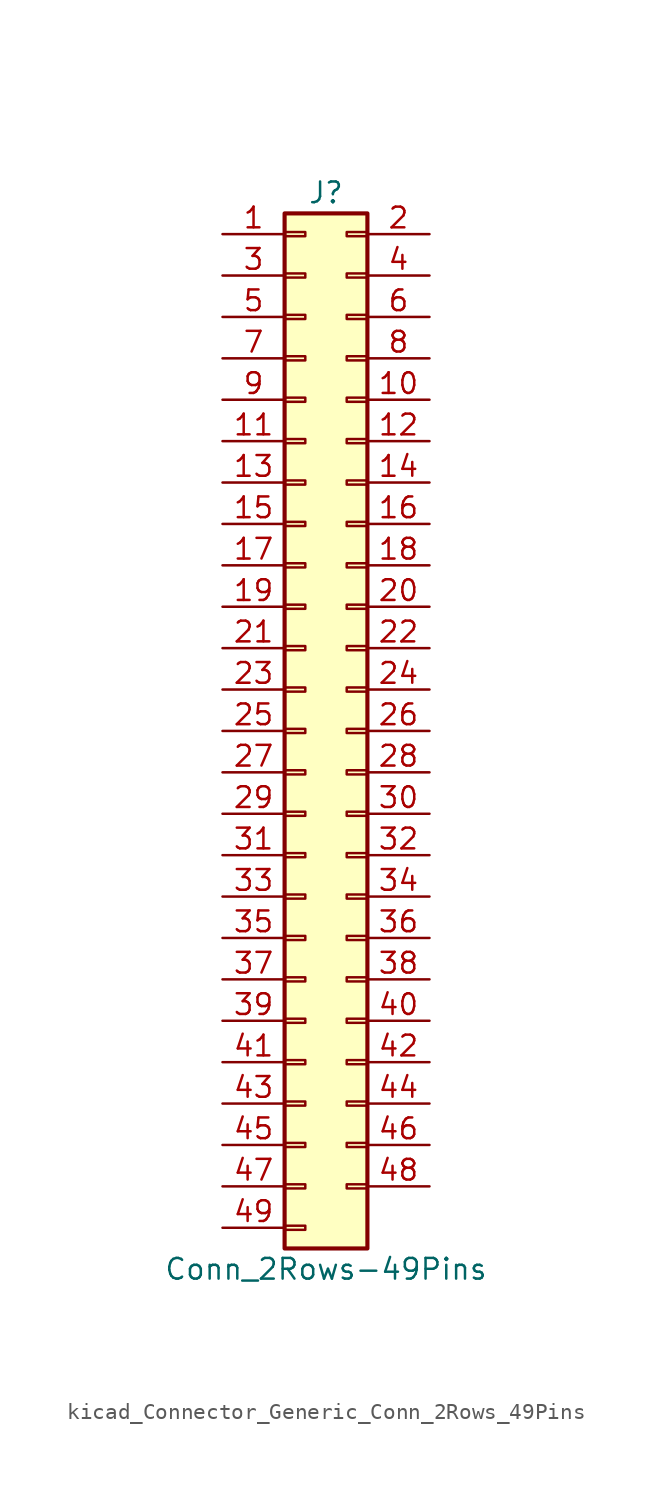
<source format=kicad_sym>
(kicad_symbol_lib
  (version 20220914)
  (generator kicad_symbol_editor)
  (symbol "kicad_Connector_Generic_Conn_2Rows_49Pins"
    (pin_names
      (offset 1.016) hide)
    (property "Reference" "J"
      (at 1.27 33.02 0)
      (effects (font (size 1.27 1.27))))
    (property "Value" "Conn_2Rows-49Pins"
      (at 1.27 -33.02 0)
      (effects (font (size 1.27 1.27))))
    (symbol "kicad_Connector_Generic_Conn_2Rows_49Pins_1_1"
      (rectangle (start -1.27 -30.353) (end 0 -30.607) (stroke (width 0.152) (type default)) (fill (type none)))
      (rectangle (start -1.27 -27.813) (end 0 -28.067) (stroke (width 0.152) (type default)) (fill (type none)))
      (rectangle (start -1.27 -25.273) (end 0 -25.527) (stroke (width 0.152) (type default)) (fill (type none)))
      (rectangle (start -1.27 -22.733) (end 0 -22.987) (stroke (width 0.152) (type default)) (fill (type none)))
      (rectangle (start -1.27 -20.193) (end 0 -20.447) (stroke (width 0.152) (type default)) (fill (type none)))
      (rectangle (start -1.27 -17.653) (end 0 -17.907) (stroke (width 0.152) (type default)) (fill (type none)))
      (rectangle (start -1.27 -15.113) (end 0 -15.367) (stroke (width 0.152) (type default)) (fill (type none)))
      (rectangle (start -1.27 -12.573) (end 0 -12.827) (stroke (width 0.152) (type default)) (fill (type none)))
      (rectangle (start -1.27 -10.033) (end 0 -10.287) (stroke (width 0.152) (type default)) (fill (type none)))
      (rectangle (start -1.27 -7.493) (end 0 -7.747) (stroke (width 0.152) (type default)) (fill (type none)))
      (rectangle (start -1.27 -4.953) (end 0 -5.207) (stroke (width 0.152) (type default)) (fill (type none)))
      (rectangle (start -1.27 -2.413) (end 0 -2.667) (stroke (width 0.152) (type default)) (fill (type none)))
      (rectangle (start -1.27 0.127) (end 0 -0.127) (stroke (width 0.152) (type default)) (fill (type none)))
      (rectangle (start -1.27 2.667) (end 0 2.413) (stroke (width 0.152) (type default)) (fill (type none)))
      (rectangle (start -1.27 5.207) (end 0 4.953) (stroke (width 0.152) (type default)) (fill (type none)))
      (rectangle (start -1.27 7.747) (end 0 7.493) (stroke (width 0.152) (type default)) (fill (type none)))
      (rectangle (start -1.27 10.287) (end 0 10.033) (stroke (width 0.152) (type default)) (fill (type none)))
      (rectangle (start -1.27 12.827) (end 0 12.573) (stroke (width 0.152) (type default)) (fill (type none)))
      (rectangle (start -1.27 15.367) (end 0 15.113) (stroke (width 0.152) (type default)) (fill (type none)))
      (rectangle (start -1.27 17.907) (end 0 17.653) (stroke (width 0.152) (type default)) (fill (type none)))
      (rectangle (start -1.27 20.447) (end 0 20.193) (stroke (width 0.152) (type default)) (fill (type none)))
      (rectangle (start -1.27 22.987) (end 0 22.733) (stroke (width 0.152) (type default)) (fill (type none)))
      (rectangle (start -1.27 25.527) (end 0 25.273) (stroke (width 0.152) (type default)) (fill (type none)))
      (rectangle (start -1.27 28.067) (end 0 27.813) (stroke (width 0.152) (type default)) (fill (type none)))
      (rectangle (start -1.27 30.607) (end 0 30.353) (stroke (width 0.152) (type default)) (fill (type none)))
      (rectangle (start -1.27 31.75) (end 3.81 -31.75) (stroke (width 0.254) (type default)) (fill (type background)))
      (rectangle (start 3.81 -27.813) (end 2.54 -28.067) (stroke (width 0.152) (type default)) (fill (type none)))
      (rectangle (start 3.81 -25.273) (end 2.54 -25.527) (stroke (width 0.152) (type default)) (fill (type none)))
      (rectangle (start 3.81 -22.733) (end 2.54 -22.987) (stroke (width 0.152) (type default)) (fill (type none)))
      (rectangle (start 3.81 -20.193) (end 2.54 -20.447) (stroke (width 0.152) (type default)) (fill (type none)))
      (rectangle (start 3.81 -17.653) (end 2.54 -17.907) (stroke (width 0.152) (type default)) (fill (type none)))
      (rectangle (start 3.81 -15.113) (end 2.54 -15.367) (stroke (width 0.152) (type default)) (fill (type none)))
      (rectangle (start 3.81 -12.573) (end 2.54 -12.827) (stroke (width 0.152) (type default)) (fill (type none)))
      (rectangle (start 3.81 -10.033) (end 2.54 -10.287) (stroke (width 0.152) (type default)) (fill (type none)))
      (rectangle (start 3.81 -7.493) (end 2.54 -7.747) (stroke (width 0.152) (type default)) (fill (type none)))
      (rectangle (start 3.81 -4.953) (end 2.54 -5.207) (stroke (width 0.152) (type default)) (fill (type none)))
      (rectangle (start 3.81 -2.413) (end 2.54 -2.667) (stroke (width 0.152) (type default)) (fill (type none)))
      (rectangle (start 3.81 0.127) (end 2.54 -0.127) (stroke (width 0.152) (type default)) (fill (type none)))
      (rectangle (start 3.81 2.667) (end 2.54 2.413) (stroke (width 0.152) (type default)) (fill (type none)))
      (rectangle (start 3.81 5.207) (end 2.54 4.953) (stroke (width 0.152) (type default)) (fill (type none)))
      (rectangle (start 3.81 7.747) (end 2.54 7.493) (stroke (width 0.152) (type default)) (fill (type none)))
      (rectangle (start 3.81 10.287) (end 2.54 10.033) (stroke (width 0.152) (type default)) (fill (type none)))
      (rectangle (start 3.81 12.827) (end 2.54 12.573) (stroke (width 0.152) (type default)) (fill (type none)))
      (rectangle (start 3.81 15.367) (end 2.54 15.113) (stroke (width 0.152) (type default)) (fill (type none)))
      (rectangle (start 3.81 17.907) (end 2.54 17.653) (stroke (width 0.152) (type default)) (fill (type none)))
      (rectangle (start 3.81 20.447) (end 2.54 20.193) (stroke (width 0.152) (type default)) (fill (type none)))
      (rectangle (start 3.81 22.987) (end 2.54 22.733) (stroke (width 0.152) (type default)) (fill (type none)))
      (rectangle (start 3.81 25.527) (end 2.54 25.273) (stroke (width 0.152) (type default)) (fill (type none)))
      (rectangle (start 3.81 28.067) (end 2.54 27.813) (stroke (width 0.152) (type default)) (fill (type none)))
      (rectangle (start 3.81 30.607) (end 2.54 30.353) (stroke (width 0.152) (type default)) (fill (type none)))
      (pin passive line (at -5.08 30.48 0) (length 3.81) (name "Pin_1" (effects (font (size 1.27 1.27)))) (number "1" (effects (font (size 1.27 1.27)))))
      (pin passive line (at 7.62 20.32 180) (length 3.81) (name "Pin_10" (effects (font (size 1.27 1.27)))) (number "10" (effects (font (size 1.27 1.27)))))
      (pin passive line (at -5.08 17.78 0) (length 3.81) (name "Pin_11" (effects (font (size 1.27 1.27)))) (number "11" (effects (font (size 1.27 1.27)))))
      (pin passive line (at 7.62 17.78 180) (length 3.81) (name "Pin_12" (effects (font (size 1.27 1.27)))) (number "12" (effects (font (size 1.27 1.27)))))
      (pin passive line (at -5.08 15.24 0) (length 3.81) (name "Pin_13" (effects (font (size 1.27 1.27)))) (number "13" (effects (font (size 1.27 1.27)))))
      (pin passive line (at 7.62 15.24 180) (length 3.81) (name "Pin_14" (effects (font (size 1.27 1.27)))) (number "14" (effects (font (size 1.27 1.27)))))
      (pin passive line (at -5.08 12.7 0) (length 3.81) (name "Pin_15" (effects (font (size 1.27 1.27)))) (number "15" (effects (font (size 1.27 1.27)))))
      (pin passive line (at 7.62 12.7 180) (length 3.81) (name "Pin_16" (effects (font (size 1.27 1.27)))) (number "16" (effects (font (size 1.27 1.27)))))
      (pin passive line (at -5.08 10.16 0) (length 3.81) (name "Pin_17" (effects (font (size 1.27 1.27)))) (number "17" (effects (font (size 1.27 1.27)))))
      (pin passive line (at 7.62 10.16 180) (length 3.81) (name "Pin_18" (effects (font (size 1.27 1.27)))) (number "18" (effects (font (size 1.27 1.27)))))
      (pin passive line (at -5.08 7.62 0) (length 3.81) (name "Pin_19" (effects (font (size 1.27 1.27)))) (number "19" (effects (font (size 1.27 1.27)))))
      (pin passive line (at 7.62 30.48 180) (length 3.81) (name "Pin_2" (effects (font (size 1.27 1.27)))) (number "2" (effects (font (size 1.27 1.27)))))
      (pin passive line (at 7.62 7.62 180) (length 3.81) (name "Pin_20" (effects (font (size 1.27 1.27)))) (number "20" (effects (font (size 1.27 1.27)))))
      (pin passive line (at -5.08 5.08 0) (length 3.81) (name "Pin_21" (effects (font (size 1.27 1.27)))) (number "21" (effects (font (size 1.27 1.27)))))
      (pin passive line (at 7.62 5.08 180) (length 3.81) (name "Pin_22" (effects (font (size 1.27 1.27)))) (number "22" (effects (font (size 1.27 1.27)))))
      (pin passive line (at -5.08 2.54 0) (length 3.81) (name "Pin_23" (effects (font (size 1.27 1.27)))) (number "23" (effects (font (size 1.27 1.27)))))
      (pin passive line (at 7.62 2.54 180) (length 3.81) (name "Pin_24" (effects (font (size 1.27 1.27)))) (number "24" (effects (font (size 1.27 1.27)))))
      (pin passive line (at -5.08 0 0) (length 3.81) (name "Pin_25" (effects (font (size 1.27 1.27)))) (number "25" (effects (font (size 1.27 1.27)))))
      (pin passive line (at 7.62 0 180) (length 3.81) (name "Pin_26" (effects (font (size 1.27 1.27)))) (number "26" (effects (font (size 1.27 1.27)))))
      (pin passive line (at -5.08 -2.54 0) (length 3.81) (name "Pin_27" (effects (font (size 1.27 1.27)))) (number "27" (effects (font (size 1.27 1.27)))))
      (pin passive line (at 7.62 -2.54 180) (length 3.81) (name "Pin_28" (effects (font (size 1.27 1.27)))) (number "28" (effects (font (size 1.27 1.27)))))
      (pin passive line (at -5.08 -5.08 0) (length 3.81) (name "Pin_29" (effects (font (size 1.27 1.27)))) (number "29" (effects (font (size 1.27 1.27)))))
      (pin passive line (at -5.08 27.94 0) (length 3.81) (name "Pin_3" (effects (font (size 1.27 1.27)))) (number "3" (effects (font (size 1.27 1.27)))))
      (pin passive line (at 7.62 -5.08 180) (length 3.81) (name "Pin_30" (effects (font (size 1.27 1.27)))) (number "30" (effects (font (size 1.27 1.27)))))
      (pin passive line (at -5.08 -7.62 0) (length 3.81) (name "Pin_31" (effects (font (size 1.27 1.27)))) (number "31" (effects (font (size 1.27 1.27)))))
      (pin passive line (at 7.62 -7.62 180) (length 3.81) (name "Pin_32" (effects (font (size 1.27 1.27)))) (number "32" (effects (font (size 1.27 1.27)))))
      (pin passive line (at -5.08 -10.16 0) (length 3.81) (name "Pin_33" (effects (font (size 1.27 1.27)))) (number "33" (effects (font (size 1.27 1.27)))))
      (pin passive line (at 7.62 -10.16 180) (length 3.81) (name "Pin_34" (effects (font (size 1.27 1.27)))) (number "34" (effects (font (size 1.27 1.27)))))
      (pin passive line (at -5.08 -12.7 0) (length 3.81) (name "Pin_35" (effects (font (size 1.27 1.27)))) (number "35" (effects (font (size 1.27 1.27)))))
      (pin passive line (at 7.62 -12.7 180) (length 3.81) (name "Pin_36" (effects (font (size 1.27 1.27)))) (number "36" (effects (font (size 1.27 1.27)))))
      (pin passive line (at -5.08 -15.24 0) (length 3.81) (name "Pin_37" (effects (font (size 1.27 1.27)))) (number "37" (effects (font (size 1.27 1.27)))))
      (pin passive line (at 7.62 -15.24 180) (length 3.81) (name "Pin_38" (effects (font (size 1.27 1.27)))) (number "38" (effects (font (size 1.27 1.27)))))
      (pin passive line (at -5.08 -17.78 0) (length 3.81) (name "Pin_39" (effects (font (size 1.27 1.27)))) (number "39" (effects (font (size 1.27 1.27)))))
      (pin passive line (at 7.62 27.94 180) (length 3.81) (name "Pin_4" (effects (font (size 1.27 1.27)))) (number "4" (effects (font (size 1.27 1.27)))))
      (pin passive line (at 7.62 -17.78 180) (length 3.81) (name "Pin_40" (effects (font (size 1.27 1.27)))) (number "40" (effects (font (size 1.27 1.27)))))
      (pin passive line (at -5.08 -20.32 0) (length 3.81) (name "Pin_41" (effects (font (size 1.27 1.27)))) (number "41" (effects (font (size 1.27 1.27)))))
      (pin passive line (at 7.62 -20.32 180) (length 3.81) (name "Pin_42" (effects (font (size 1.27 1.27)))) (number "42" (effects (font (size 1.27 1.27)))))
      (pin passive line (at -5.08 -22.86 0) (length 3.81) (name "Pin_43" (effects (font (size 1.27 1.27)))) (number "43" (effects (font (size 1.27 1.27)))))
      (pin passive line (at 7.62 -22.86 180) (length 3.81) (name "Pin_44" (effects (font (size 1.27 1.27)))) (number "44" (effects (font (size 1.27 1.27)))))
      (pin passive line (at -5.08 -25.4 0) (length 3.81) (name "Pin_45" (effects (font (size 1.27 1.27)))) (number "45" (effects (font (size 1.27 1.27)))))
      (pin passive line (at 7.62 -25.4 180) (length 3.81) (name "Pin_46" (effects (font (size 1.27 1.27)))) (number "46" (effects (font (size 1.27 1.27)))))
      (pin passive line (at -5.08 -27.94 0) (length 3.81) (name "Pin_47" (effects (font (size 1.27 1.27)))) (number "47" (effects (font (size 1.27 1.27)))))
      (pin passive line (at 7.62 -27.94 180) (length 3.81) (name "Pin_48" (effects (font (size 1.27 1.27)))) (number "48" (effects (font (size 1.27 1.27)))))
      (pin passive line (at -5.08 -30.48 0) (length 3.81) (name "Pin_49" (effects (font (size 1.27 1.27)))) (number "49" (effects (font (size 1.27 1.27)))))
      (pin passive line (at -5.08 25.4 0) (length 3.81) (name "Pin_5" (effects (font (size 1.27 1.27)))) (number "5" (effects (font (size 1.27 1.27)))))
      (pin passive line (at 7.62 25.4 180) (length 3.81) (name "Pin_6" (effects (font (size 1.27 1.27)))) (number "6" (effects (font (size 1.27 1.27)))))
      (pin passive line (at -5.08 22.86 0) (length 3.81) (name "Pin_7" (effects (font (size 1.27 1.27)))) (number "7" (effects (font (size 1.27 1.27)))))
      (pin passive line (at 7.62 22.86 180) (length 3.81) (name "Pin_8" (effects (font (size 1.27 1.27)))) (number "8" (effects (font (size 1.27 1.27)))))
      (pin passive line (at -5.08 20.32 0) (length 3.81) (name "Pin_9" (effects (font (size 1.27 1.27)))) (number "9" (effects (font (size 1.27 1.27))))))))
</source>
